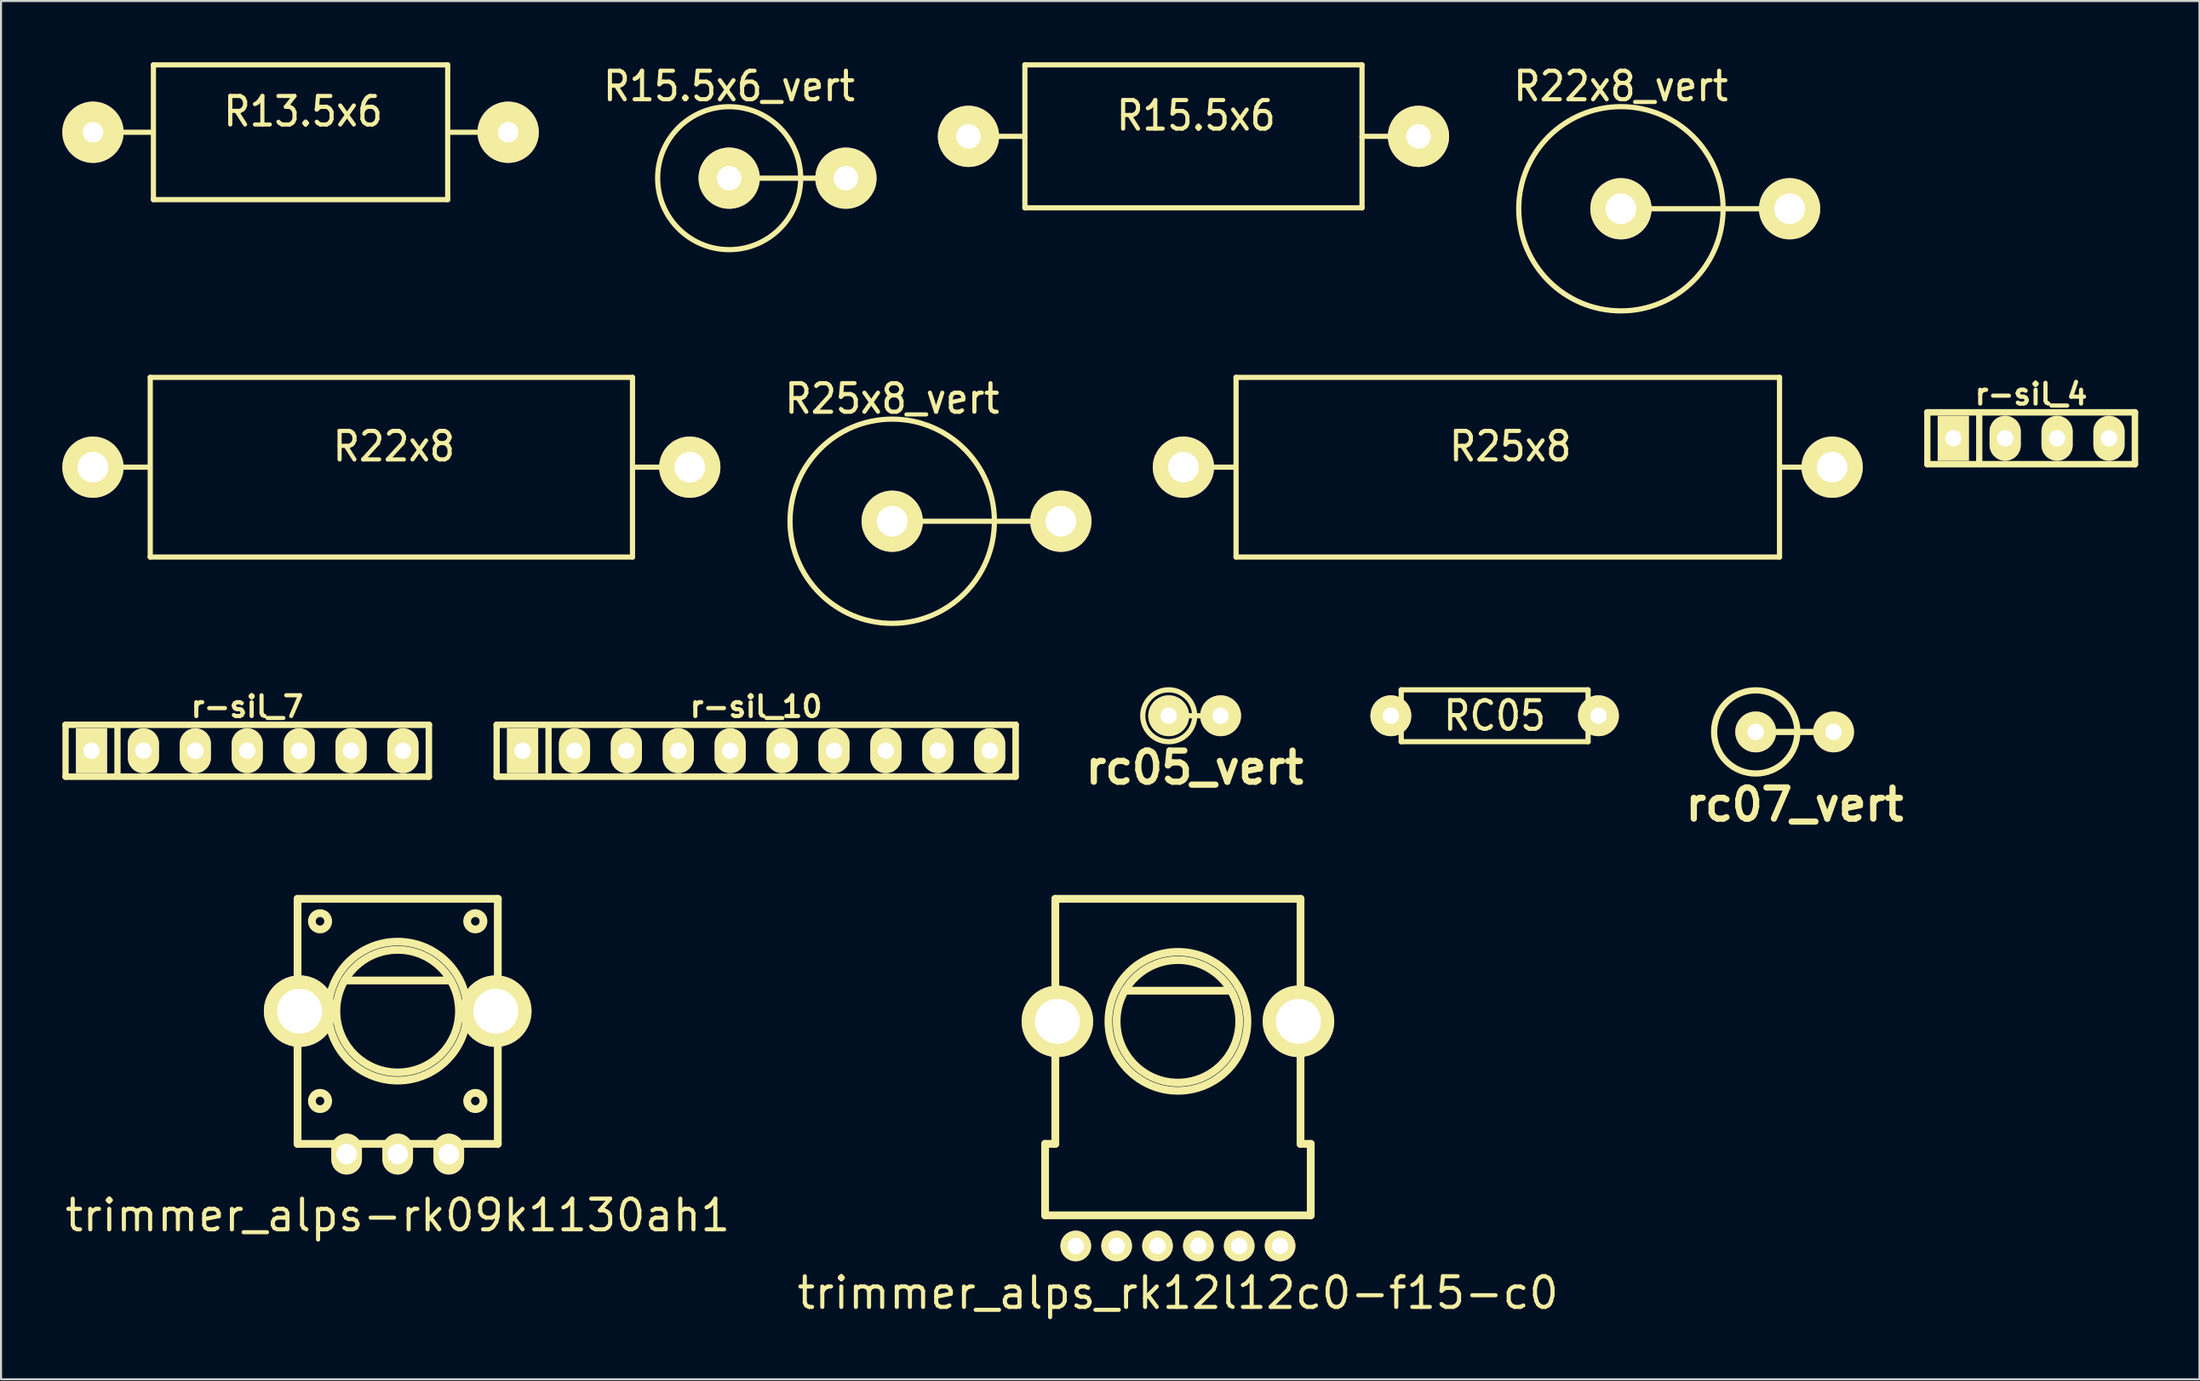
<source format=kicad_pcb>
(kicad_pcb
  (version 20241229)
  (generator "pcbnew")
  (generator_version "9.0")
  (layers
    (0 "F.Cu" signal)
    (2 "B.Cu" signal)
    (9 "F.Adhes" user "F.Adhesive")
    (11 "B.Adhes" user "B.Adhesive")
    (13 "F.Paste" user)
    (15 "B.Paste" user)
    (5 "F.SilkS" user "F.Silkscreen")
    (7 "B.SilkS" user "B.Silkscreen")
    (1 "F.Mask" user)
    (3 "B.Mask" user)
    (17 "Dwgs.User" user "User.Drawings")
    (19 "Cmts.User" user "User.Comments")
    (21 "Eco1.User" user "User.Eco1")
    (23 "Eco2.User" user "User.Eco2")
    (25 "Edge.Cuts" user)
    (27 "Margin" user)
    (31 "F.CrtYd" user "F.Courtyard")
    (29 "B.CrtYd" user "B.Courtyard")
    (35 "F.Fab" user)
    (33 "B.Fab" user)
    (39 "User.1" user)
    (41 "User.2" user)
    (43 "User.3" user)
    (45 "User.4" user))
  (footprint "R15.5x6_vert"
    (layer "F.Cu")
    (at 32.636 5.675)
    (property "Reference" "R15.5x6_vert" (at 0 -4.501 0) (layer "F.SilkS") (effects (font (size 1.397 1.27) (thickness 0.203))))
    (attr through_hole)
    (fp_line (start 0 0) (end 5.7 0) (stroke (width 0.254) (type solid)) (layer "F.SilkS"))
    (fp_circle (center 0 0) (end -3.5 0) (stroke (width 0.254) (type solid)) (fill no) (layer "F.SilkS"))
    (pad "1" thru_hole circle (at 0 0) (size 2.997 2.997) (drill 1.199) (layers "*.Cu" "*.Mask" "F.SilkS"))
    (pad "2" thru_hole circle (at 5.715 0) (size 2.997 2.997) (drill 1.199) (layers "*.Cu" "*.Mask" "F.SilkS")))
  (footprint "R22x8_vert"
    (layer "F.Cu")
    (at 76.28 7.173)
    (property "Reference" "R22x8_vert" (at 0 -5.999 0) (layer "F.SilkS") (effects (font (size 1.397 1.27) (thickness 0.203))))
    (attr through_hole)
    (fp_line (start 0 0) (end 8.301 0) (stroke (width 0.254) (type solid)) (layer "F.SilkS"))
    (fp_circle (center 0 0) (end -5.001 0) (stroke (width 0.254) (type solid)) (fill no) (layer "F.SilkS"))
    (pad "1" thru_hole circle (at 0 0) (size 2.997 2.997) (drill 1.499) (layers "*.Cu" "*.Mask" "F.SilkS"))
    (pad "2" thru_hole circle (at 8.255 0) (size 2.997 2.997) (drill 1.499) (layers "*.Cu" "*.Mask" "F.SilkS")))
  (footprint "rc07_vert"
    (layer "F.Cu")
    (at 84.782 32.792)
    (property "Reference" "rc07_vert" (at 0 3.556 0) (layer "F.SilkS") (effects (font (size 1.524 1.524) (thickness 0.305))))
    (attr through_hole)
    (fp_line (start 1.905 0) (end -1.905 0) (stroke (width 0.305) (type solid)) (layer "F.SilkS"))
    (fp_circle (center -1.905 0) (end -3.937 0.127) (stroke (width 0.305) (type solid)) (fill no) (layer "F.SilkS"))
    (pad "1" thru_hole circle (at -1.905 0) (size 1.999 1.999) (drill 0.8) (layers "*.Cu" "*.Mask" "F.SilkS"))
    (pad "2" thru_hole circle (at 1.905 0) (size 1.999 1.999) (drill 0.8) (layers "*.Cu" "*.Mask" "F.SilkS")))
  (footprint "r-sil_7"
    (layer "F.Cu")
    (at 9.049 33.713)
    (property "Reference" "r-sil_7" (at 0 -2.159 0) (layer "F.SilkS") (effects (font (size 1.016 1.016) (thickness 0.203))))
    (attr through_hole)
    (fp_line (start -8.89 -1.27) (end 8.89 -1.27) (stroke (width 0.318) (type solid)) (layer "F.SilkS"))
    (fp_line (start -8.89 1.27) (end -8.89 -1.27) (stroke (width 0.305) (type solid)) (layer "F.SilkS"))
    (fp_line (start -6.35 -1.27) (end -6.35 1.27) (stroke (width 0.305) (type solid)) (layer "F.SilkS"))
    (fp_line (start 8.89 -1.27) (end 8.89 1.27) (stroke (width 0.318) (type solid)) (layer "F.SilkS"))
    (fp_line (start 8.89 1.27) (end -8.89 1.27) (stroke (width 0.318) (type solid)) (layer "F.SilkS"))
    (pad "1" thru_hole rect (at -7.62 0) (size 1.524 2.197) (drill 0.8) (layers "*.Cu" "*.Mask" "F.SilkS"))
    (pad "2" thru_hole oval (at -5.08 0) (size 1.524 2.197) (drill 0.8) (layers "*.Cu" "*.Mask" "F.SilkS"))
    (pad "3" thru_hole oval (at -2.54 0) (size 1.524 2.197) (drill 0.8) (layers "*.Cu" "*.Mask" "F.SilkS"))
    (pad "4" thru_hole oval (at 0 0) (size 1.524 2.197) (drill 0.8) (layers "*.Cu" "*.Mask" "F.SilkS"))
    (pad "5" thru_hole oval (at 2.54 0) (size 1.524 2.197) (drill 0.8) (layers "*.Cu" "*.Mask" "F.SilkS"))
    (pad "6" thru_hole oval (at 5.08 0) (size 1.524 2.197) (drill 0.8) (layers "*.Cu" "*.Mask" "F.SilkS"))
    (pad "7" thru_hole oval (at 7.62 0) (size 1.524 2.197) (drill 0.8) (layers "*.Cu" "*.Mask" "F.SilkS")))
  (footprint "trimmer_alps-rk09k1130ah1"
    (layer "F.Cu")
    (at 16.413 46.465)
    (property "Reference" "trimmer_alps-rk09k1130ah1" (at 0 10 0) (layer "F.SilkS") (effects (font (size 1.501 1.501) (thickness 0.201))))
    (attr through_hole)
    (fp_line (start -4.9 -5.5) (end 4.9 -5.5) (stroke (width 0.381) (type solid)) (layer "F.SilkS"))
    (fp_line (start -4.9 6.5) (end -4.9 -5.5) (stroke (width 0.381) (type solid)) (layer "F.SilkS"))
    (fp_line (start -4.9 6.5) (end 4.9 6.5) (stroke (width 0.381) (type solid)) (layer "F.SilkS"))
    (fp_line (start -2.601 -1.501) (end 2.601 -1.501) (stroke (width 0.381) (type solid)) (layer "F.SilkS"))
    (fp_line (start 4.9 -5.5) (end 4.9 6.5) (stroke (width 0.381) (type solid)) (layer "F.SilkS"))
    (fp_circle (center -3.8 -4.4) (end -4.2 -4.4) (stroke (width 0.381) (type solid)) (fill no) (layer "F.SilkS"))
    (fp_circle (center -3.8 4.4) (end -4.2 4.4) (stroke (width 0.381) (type solid)) (fill no) (layer "F.SilkS"))
    (fp_circle (center 0 0) (end -3.401 0) (stroke (width 0.381) (type solid)) (fill no) (layer "F.SilkS"))
    (fp_circle (center 0 0) (end -3 0) (stroke (width 0.381) (type solid)) (fill no) (layer "F.SilkS"))
    (fp_circle (center 3.8 -4.4) (end 3.4 -4.4) (stroke (width 0.381) (type solid)) (fill no) (layer "F.SilkS"))
    (fp_circle (center 3.8 4.4) (end 4.2 4.4) (stroke (width 0.381) (type solid)) (fill no) (layer "F.SilkS"))
    (pad "" thru_hole circle (at -4.8 0) (size 3.5 3.5) (drill 2.2) (layers "*.Cu" "*.Mask" "F.SilkS"))
    (pad "" thru_hole circle (at 4.8 0) (size 3.5 3.5) (drill 2.2) (layers "*.Cu" "*.Mask" "F.SilkS"))
    (pad "1" thru_hole oval (at -2.5 7) (size 1.5 2) (drill 1) (layers "*.Cu" "*.Mask" "F.SilkS"))
    (pad "2" thru_hole oval (at 0 7) (size 1.5 2) (drill 1) (layers "*.Cu" "*.Mask" "F.SilkS"))
    (pad "3" thru_hole oval (at 2.5 7) (size 1.5 2) (drill 1) (layers "*.Cu" "*.Mask" "F.SilkS")))
  (footprint "R25x8_vert"
    (layer "F.Cu")
    (at 40.616 22.475)
    (property "Reference" "R25x8_vert" (at 0 -5.999 0) (layer "F.SilkS") (effects (font (size 1.397 1.27) (thickness 0.203))))
    (attr through_hole)
    (fp_line (start 0 0) (end 8.301 0) (stroke (width 0.254) (type solid)) (layer "F.SilkS"))
    (fp_circle (center 0 0) (end -5.001 0) (stroke (width 0.254) (type solid)) (fill no) (layer "F.SilkS"))
    (pad "1" thru_hole circle (at 0 0) (size 2.997 2.997) (drill 1.499) (layers "*.Cu" "*.Mask" "F.SilkS"))
    (pad "2" thru_hole circle (at 8.255 0) (size 2.997 2.997) (drill 1.499) (layers "*.Cu" "*.Mask" "F.SilkS")))
  (footprint "trimmer_alps_rk12l12c0-f15-c0"
    (layer "F.Cu")
    (at 54.599 46.965)
    (property "Reference" "trimmer_alps_rk12l12c0-f15-c0" (at 0 13.3 0) (layer "F.SilkS") (effects (font (size 1.501 1.501) (thickness 0.201))))
    (attr through_hole)
    (fp_line (start -6.5 6) (end -6.5 9.5) (stroke (width 0.381) (type solid)) (layer "F.SilkS"))
    (fp_line (start -6.5 9.5) (end 6.5 9.5) (stroke (width 0.381) (type solid)) (layer "F.SilkS"))
    (fp_line (start -6 -6) (end -6 6) (stroke (width 0.381) (type solid)) (layer "F.SilkS"))
    (fp_line (start -6 -6) (end 6 -6) (stroke (width 0.381) (type solid)) (layer "F.SilkS"))
    (fp_line (start -6 6) (end -6.5 6) (stroke (width 0.381) (type solid)) (layer "F.SilkS"))
    (fp_line (start -2.601 -1.501) (end 2.601 -1.501) (stroke (width 0.381) (type solid)) (layer "F.SilkS"))
    (fp_line (start 6 -6) (end 6 6) (stroke (width 0.381) (type solid)) (layer "F.SilkS"))
    (fp_line (start 6.5 6) (end 6 6) (stroke (width 0.381) (type solid)) (layer "F.SilkS"))
    (fp_line (start 6.5 9.5) (end 6.5 6) (stroke (width 0.381) (type solid)) (layer "F.SilkS"))
    (fp_circle (center 0 0) (end -3.401 0) (stroke (width 0.381) (type solid)) (fill no) (layer "F.SilkS"))
    (fp_circle (center 0 0) (end -3 0) (stroke (width 0.381) (type solid)) (fill no) (layer "F.SilkS"))
    (pad "" thru_hole circle (at -5.9 0) (size 3.5 3.5) (drill 2.2) (layers "*.Cu" "*.Mask" "F.SilkS"))
    (pad "" thru_hole circle (at 5.9 0) (size 3.5 3.5) (drill 2.2) (layers "*.Cu" "*.Mask" "F.SilkS"))
    (pad "1" thru_hole oval (at -1 11) (size 1.5 1.5) (drill 0.8) (layers "*.Cu" "*.Mask" "F.SilkS"))
    (pad "2" thru_hole oval (at 1 11) (size 1.5 1.5) (drill 0.8) (layers "*.Cu" "*.Mask" "F.SilkS"))
    (pad "3" thru_hole oval (at 3 11) (size 1.5 1.5) (drill 0.8) (layers "*.Cu" "*.Mask" "F.SilkS"))
    (pad "4" thru_hole oval (at -3 11) (size 1.5 1.5) (drill 0.8) (layers "*.Cu" "*.Mask" "F.SilkS"))
    (pad "5" thru_hole oval (at -5 11) (size 1.5 1.5) (drill 0.8) (layers "*.Cu" "*.Mask" "F.SilkS"))
    (pad "6" thru_hole oval (at 5 11) (size 1.5 1.5) (drill 0.8) (layers "*.Cu" "*.Mask" "F.SilkS")))
  (footprint "RC05"
    (layer "F.Cu")
    (at 70.1 32)
    (property "Reference" "RC05" (at 0 0 0) (layer "F.SilkS") (effects (font (size 1.397 1.27) (thickness 0.203))))
    (attr through_hole)
    (fp_line (start -5.08 0) (end -4.572 0) (stroke (width 0.305) (type solid)) (layer "F.SilkS"))
    (fp_line (start -4.572 -1.27) (end 4.572 -1.27) (stroke (width 0.254) (type solid)) (layer "F.SilkS"))
    (fp_line (start -4.572 1.27) (end -4.572 -1.27) (stroke (width 0.254) (type solid)) (layer "F.SilkS"))
    (fp_line (start 4.572 -1.27) (end 4.572 1.27) (stroke (width 0.254) (type solid)) (layer "F.SilkS"))
    (fp_line (start 4.572 1.27) (end -4.572 1.27) (stroke (width 0.254) (type solid)) (layer "F.SilkS"))
    (fp_line (start 5.08 0) (end 4.572 0) (stroke (width 0.305) (type solid)) (layer "F.SilkS"))
    (pad "1" thru_hole circle (at -5.08 0) (size 1.999 1.999) (drill 0.8) (layers "*.Cu" "*.Mask" "F.SilkS"))
    (pad "2" thru_hole circle (at 5.08 0) (size 1.999 1.999) (drill 0.8) (layers "*.Cu" "*.Mask" "F.SilkS")))
  (footprint "r-sil_10"
    (layer "F.Cu")
    (at 33.956 33.713)
    (property "Reference" "r-sil_10" (at 0 -2.159 0) (layer "F.SilkS") (effects (font (size 1.016 1.016) (thickness 0.203))))
    (attr through_hole)
    (fp_line (start -12.7 -1.27) (end -12.7 1.27) (stroke (width 0.305) (type solid)) (layer "F.SilkS"))
    (fp_line (start -12.7 -1.27) (end 12.7 -1.27) (stroke (width 0.318) (type solid)) (layer "F.SilkS"))
    (fp_line (start -10.16 1.27) (end -10.16 -1.27) (stroke (width 0.305) (type solid)) (layer "F.SilkS"))
    (fp_line (start 12.7 -1.27) (end 12.7 1.27) (stroke (width 0.318) (type solid)) (layer "F.SilkS"))
    (fp_line (start 12.7 1.27) (end -12.7 1.27) (stroke (width 0.318) (type solid)) (layer "F.SilkS"))
    (pad "1" thru_hole rect (at -11.43 0) (size 1.524 2.197) (drill 0.8) (layers "*.Cu" "*.Mask" "F.SilkS"))
    (pad "2" thru_hole oval (at -8.89 0) (size 1.524 2.197) (drill 0.8) (layers "*.Cu" "*.Mask" "F.SilkS"))
    (pad "3" thru_hole oval (at -6.35 0) (size 1.524 2.197) (drill 0.8) (layers "*.Cu" "*.Mask" "F.SilkS"))
    (pad "4" thru_hole oval (at -3.81 0) (size 1.524 2.197) (drill 0.8) (layers "*.Cu" "*.Mask" "F.SilkS"))
    (pad "5" thru_hole oval (at -1.27 0) (size 1.524 2.197) (drill 0.8) (layers "*.Cu" "*.Mask" "F.SilkS"))
    (pad "6" thru_hole oval (at 1.27 0) (size 1.524 2.197) (drill 0.8) (layers "*.Cu" "*.Mask" "F.SilkS"))
    (pad "7" thru_hole oval (at 3.81 0) (size 1.524 2.197) (drill 0.8) (layers "*.Cu" "*.Mask" "F.SilkS"))
    (pad "8" thru_hole oval (at 6.35 0) (size 1.524 2.197) (drill 0.8) (layers "*.Cu" "*.Mask" "F.SilkS"))
    (pad "9" thru_hole oval (at 8.89 0) (size 1.524 2.197) (drill 0.8) (layers "*.Cu" "*.Mask" "F.SilkS"))
    (pad "10" thru_hole oval (at 11.43 0) (size 1.524 2.197) (drill 0.8) (layers "*.Cu" "*.Mask" "F.SilkS")))
  (footprint "rc05_vert"
    (layer "F.Cu")
    (at 55.418 32)
    (property "Reference" "rc05_vert" (at 0 2.54 0) (layer "F.SilkS") (effects (font (size 1.524 1.524) (thickness 0.305))))
    (attr through_hole)
    (fp_line (start -1.27 0) (end 1.27 0) (stroke (width 0.254) (type solid)) (layer "F.SilkS"))
    (fp_circle (center -1.27 0) (end 0 0) (stroke (width 0.254) (type solid)) (fill no) (layer "F.SilkS"))
    (pad "1" thru_hole circle (at -1.27 0) (size 1.999 1.999) (drill 0.8) (layers "*.Cu" "*.Mask" "F.SilkS"))
    (pad "2" thru_hole circle (at 1.27 0) (size 1.999 1.999) (drill 0.8) (layers "*.Cu" "*.Mask" "F.SilkS")))
  (footprint "R15.5x6"
    (layer "F.Cu")
    (at 55.359 3.627)
    (property "Reference" "R15.5x6" (at 0.127 -1.016 0) (layer "F.SilkS") (effects (font (size 1.397 1.27) (thickness 0.203))))
    (attr through_hole)
    (fp_line (start -8.25 -3.5) (end -8.25 3.5) (stroke (width 0.254) (type solid)) (layer "F.SilkS"))
    (fp_line (start -8.25 0) (end -11.001 0) (stroke (width 0.254) (type solid)) (layer "F.SilkS"))
    (fp_line (start -8.25 3.5) (end 8.25 3.5) (stroke (width 0.254) (type solid)) (layer "F.SilkS"))
    (fp_line (start 8.25 -3.5) (end -8.25 -3.5) (stroke (width 0.254) (type solid)) (layer "F.SilkS"))
    (fp_line (start 8.25 0) (end 11.001 0) (stroke (width 0.254) (type solid)) (layer "F.SilkS"))
    (fp_line (start 8.25 3.5) (end 8.25 -3.5) (stroke (width 0.254) (type solid)) (layer "F.SilkS"))
    (pad "1" thru_hole circle (at -11.011 0) (size 2.997 2.997) (drill 1.199) (layers "*.Cu" "*.Mask" "F.SilkS"))
    (pad "2" thru_hole circle (at 11.013 0) (size 2.997 2.997) (drill 1.199) (layers "*.Cu" "*.Mask" "F.SilkS")))
  (footprint "r-sil_4"
    (layer "F.Cu")
    (at 96.356 18.412)
    (property "Reference" "r-sil_4" (at 0 -2.159 0) (layer "F.SilkS") (effects (font (size 1.016 1.016) (thickness 0.203))))
    (attr through_hole)
    (fp_line (start -5.08 -1.27) (end 5.08 -1.27) (stroke (width 0.318) (type solid)) (layer "F.SilkS"))
    (fp_line (start -5.08 1.27) (end -5.08 -1.27) (stroke (width 0.305) (type solid)) (layer "F.SilkS"))
    (fp_line (start -2.54 -1.27) (end -2.54 1.27) (stroke (width 0.305) (type solid)) (layer "F.SilkS"))
    (fp_line (start 5.08 -1.27) (end 5.08 1.27) (stroke (width 0.318) (type solid)) (layer "F.SilkS"))
    (fp_line (start 5.08 1.27) (end -5.08 1.27) (stroke (width 0.318) (type solid)) (layer "F.SilkS"))
    (pad "1" thru_hole rect (at -3.81 0) (size 1.524 2.197) (drill 0.8) (layers "*.Cu" "*.Mask" "F.SilkS"))
    (pad "2" thru_hole oval (at -1.27 0) (size 1.524 2.197) (drill 0.8) (layers "*.Cu" "*.Mask" "F.SilkS"))
    (pad "3" thru_hole oval (at 1.27 0) (size 1.524 2.197) (drill 0.8) (layers "*.Cu" "*.Mask" "F.SilkS"))
    (pad "4" thru_hole oval (at 3.81 0) (size 1.524 2.197) (drill 0.8) (layers "*.Cu" "*.Mask" "F.SilkS")))
  (footprint "R22x8"
    (layer "F.Cu")
    (at 16.104 19.828)
    (property "Reference" "R22x8" (at 0.127 -1.016 0) (layer "F.SilkS") (effects (font (size 1.397 1.27) (thickness 0.203))))
    (attr through_hole)
    (fp_line (start -11.852 0) (end -14.602 0) (stroke (width 0.254) (type solid)) (layer "F.SilkS"))
    (fp_line (start -11.801 -4.399) (end 11.801 -4.399) (stroke (width 0.254) (type solid)) (layer "F.SilkS"))
    (fp_line (start -11.801 4.399) (end -11.801 -4.399) (stroke (width 0.254) (type solid)) (layer "F.SilkS"))
    (fp_line (start 11.801 -4.399) (end 11.801 4.399) (stroke (width 0.254) (type solid)) (layer "F.SilkS"))
    (fp_line (start 11.801 4.399) (end -11.801 4.399) (stroke (width 0.254) (type solid)) (layer "F.SilkS"))
    (fp_line (start 11.852 0) (end 14.602 0) (stroke (width 0.254) (type solid)) (layer "F.SilkS"))
    (pad "1" thru_hole circle (at -14.605 0) (size 2.997 2.997) (drill 1.499) (layers "*.Cu" "*.Mask" "F.SilkS"))
    (pad "2" thru_hole circle (at 14.605 0) (size 2.997 2.997) (drill 1.499) (layers "*.Cu" "*.Mask" "F.SilkS")))
  (footprint "R13.5x6"
    (layer "F.Cu")
    (at 11.66 3.426)
    (property "Reference" "R13.5x6" (at 0.127 -1.016 0) (layer "F.SilkS") (effects (font (size 1.397 1.27) (thickness 0.203))))
    (attr through_hole)
    (fp_line (start -7.252 0) (end -10.003 0) (stroke (width 0.254) (type solid)) (layer "F.SilkS"))
    (fp_line (start -7.201 -3.299) (end 7.201 -3.299) (stroke (width 0.254) (type solid)) (layer "F.SilkS"))
    (fp_line (start -7.201 3.299) (end -7.201 -3.299) (stroke (width 0.254) (type solid)) (layer "F.SilkS"))
    (fp_line (start 7.201 -3.299) (end 7.201 3.299) (stroke (width 0.254) (type solid)) (layer "F.SilkS"))
    (fp_line (start 7.201 3.299) (end -7.201 3.299) (stroke (width 0.254) (type solid)) (layer "F.SilkS"))
    (fp_line (start 7.252 0) (end 10.003 0) (stroke (width 0.254) (type solid)) (layer "F.SilkS"))
    (pad "1" thru_hole circle (at -10.16 0) (size 3 3) (drill 1.001) (layers "*.Cu" "*.Mask" "F.SilkS"))
    (pad "2" thru_hole circle (at 10.16 0) (size 3 3) (drill 1.001) (layers "*.Cu" "*.Mask" "F.SilkS")))
  (footprint "R25x8"
    (layer "F.Cu")
    (at 70.743 19.828)
    (property "Reference" "R25x8" (at 0.127 -1.016 0) (layer "F.SilkS") (effects (font (size 1.397 1.27) (thickness 0.203))))
    (attr through_hole)
    (fp_line (start -13.353 0) (end -16.104 0) (stroke (width 0.254) (type solid)) (layer "F.SilkS"))
    (fp_line (start -13.299 -4.399) (end 13.299 -4.399) (stroke (width 0.254) (type solid)) (layer "F.SilkS"))
    (fp_line (start -13.299 4.399) (end -13.299 -4.399) (stroke (width 0.254) (type solid)) (layer "F.SilkS"))
    (fp_line (start 13.299 -4.399) (end 13.299 4.399) (stroke (width 0.254) (type solid)) (layer "F.SilkS"))
    (fp_line (start 13.299 4.399) (end -13.299 4.399) (stroke (width 0.254) (type solid)) (layer "F.SilkS"))
    (fp_line (start 13.35 0) (end 16.101 0) (stroke (width 0.254) (type solid)) (layer "F.SilkS"))
    (pad "1" thru_hole circle (at -15.875 0) (size 2.997 2.997) (drill 1.499) (layers "*.Cu" "*.Mask" "F.SilkS"))
    (pad "2" thru_hole circle (at 15.875 0) (size 2.997 2.997) (drill 1.499) (layers "*.Cu" "*.Mask" "F.SilkS")))
  (gr_rect
    (start -3 -3)
    (end 104.594 64.495)
    (stroke (width 0.1) (type default))
    (fill no)
    (layer "Edge.Cuts")))
</source>
